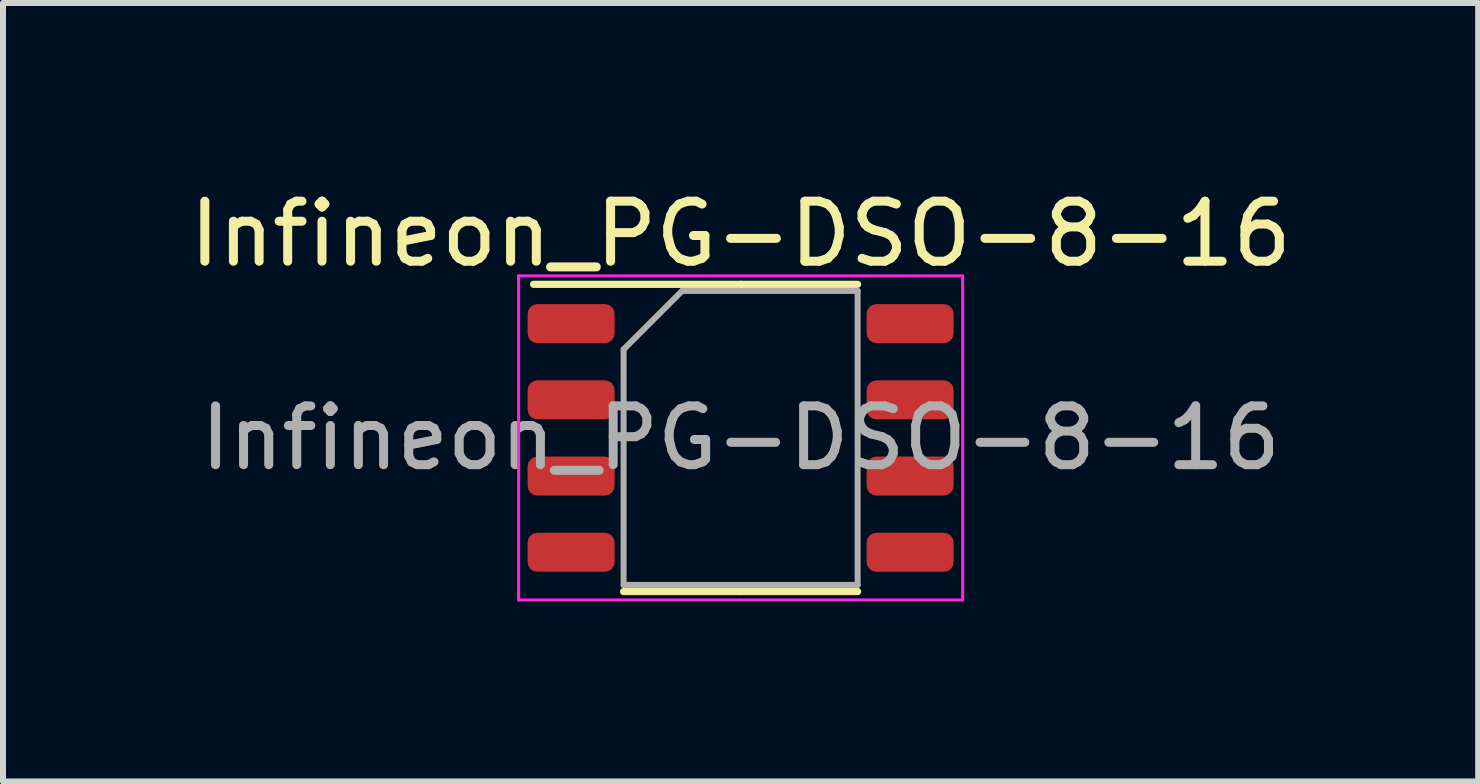
<source format=kicad_pcb>
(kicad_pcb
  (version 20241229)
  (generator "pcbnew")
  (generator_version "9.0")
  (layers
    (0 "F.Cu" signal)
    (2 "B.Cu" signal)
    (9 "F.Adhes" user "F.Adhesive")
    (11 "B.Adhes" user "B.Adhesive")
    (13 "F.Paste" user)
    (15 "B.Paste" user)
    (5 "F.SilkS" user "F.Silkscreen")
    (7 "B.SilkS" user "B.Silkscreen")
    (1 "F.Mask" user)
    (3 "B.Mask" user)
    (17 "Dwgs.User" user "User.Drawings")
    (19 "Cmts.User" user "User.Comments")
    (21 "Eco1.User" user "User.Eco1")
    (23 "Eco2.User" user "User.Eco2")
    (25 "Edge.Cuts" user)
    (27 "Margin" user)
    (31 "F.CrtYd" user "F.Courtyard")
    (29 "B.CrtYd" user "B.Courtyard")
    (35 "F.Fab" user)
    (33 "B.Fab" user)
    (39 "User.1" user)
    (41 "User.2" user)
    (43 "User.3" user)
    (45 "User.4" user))
  (footprint "Infineon_PG-DSO-8-16"
    (layer "F.Cu")
    (at 9.292 4.248)
    (property "Reference" "Infineon_PG-DSO-8-16" (at 0 -3.4 0) (layer "F.SilkS") (effects (font (size 1 1) (thickness 0.15))))
    (attr smd)
    (fp_line (start 0 -2.56) (end -3.45 -2.56) (stroke (width 0.12) (type solid)) (layer "F.SilkS"))
    (fp_line (start 0 -2.56) (end 1.95 -2.56) (stroke (width 0.12) (type solid)) (layer "F.SilkS"))
    (fp_line (start 0 2.56) (end -1.95 2.56) (stroke (width 0.12) (type solid)) (layer "F.SilkS"))
    (fp_line (start 0 2.56) (end 1.95 2.56) (stroke (width 0.12) (type solid)) (layer "F.SilkS"))
    (fp_line (start -3.7 -2.7) (end -3.7 2.7) (stroke (width 0.05) (type solid)) (layer "F.CrtYd"))
    (fp_line (start -3.7 2.7) (end 3.7 2.7) (stroke (width 0.05) (type solid)) (layer "F.CrtYd"))
    (fp_line (start 3.7 -2.7) (end -3.7 -2.7) (stroke (width 0.05) (type solid)) (layer "F.CrtYd"))
    (fp_line (start 3.7 2.7) (end 3.7 -2.7) (stroke (width 0.05) (type solid)) (layer "F.CrtYd"))
    (fp_line (start -1.95 -1.475) (end -0.975 -2.45) (stroke (width 0.1) (type solid)) (layer "F.Fab"))
    (fp_line (start -1.95 2.45) (end -1.95 -1.475) (stroke (width 0.1) (type solid)) (layer "F.Fab"))
    (fp_line (start -0.975 -2.45) (end 1.95 -2.45) (stroke (width 0.1) (type solid)) (layer "F.Fab"))
    (fp_line (start 1.95 -2.45) (end 1.95 2.45) (stroke (width 0.1) (type solid)) (layer "F.Fab"))
    (fp_line (start 1.95 2.45) (end -1.95 2.45) (stroke (width 0.1) (type solid)) (layer "F.Fab"))
    (fp_text user "${REFERENCE}" (at 0 0 0) (layer "F.Fab") (effects (font (size 0.98 0.98) (thickness 0.15))))
    (pad "1" smd roundrect (at -2.825 -1.905) (size 1.45 0.65) (layers "F.Cu" "F.Mask" "F.Paste") (roundrect_rratio 0.25))
    (pad "2" smd roundrect (at -2.825 -0.635) (size 1.45 0.65) (layers "F.Cu" "F.Mask" "F.Paste") (roundrect_rratio 0.25))
    (pad "3" smd roundrect (at -2.825 0.635) (size 1.45 0.65) (layers "F.Cu" "F.Mask" "F.Paste") (roundrect_rratio 0.25))
    (pad "4" smd roundrect (at -2.825 1.905) (size 1.45 0.65) (layers "F.Cu" "F.Mask" "F.Paste") (roundrect_rratio 0.25))
    (pad "5" smd roundrect (at 2.825 1.905) (size 1.45 0.65) (layers "F.Cu" "F.Mask" "F.Paste") (roundrect_rratio 0.25))
    (pad "6" smd roundrect (at 2.825 0.635) (size 1.45 0.65) (layers "F.Cu" "F.Mask" "F.Paste") (roundrect_rratio 0.25))
    (pad "7" smd roundrect (at 2.825 -0.635) (size 1.45 0.65) (layers "F.Cu" "F.Mask" "F.Paste") (roundrect_rratio 0.25))
    (pad "8" smd roundrect (at 2.825 -1.905) (size 1.45 0.65) (layers "F.Cu" "F.Mask" "F.Paste") (roundrect_rratio 0.25)))
  (gr_rect
    (start -3 -3)
    (end 21.583 9.973)
    (stroke (width 0.1) (type default))
    (fill no)
    (layer "Edge.Cuts")))
</source>
